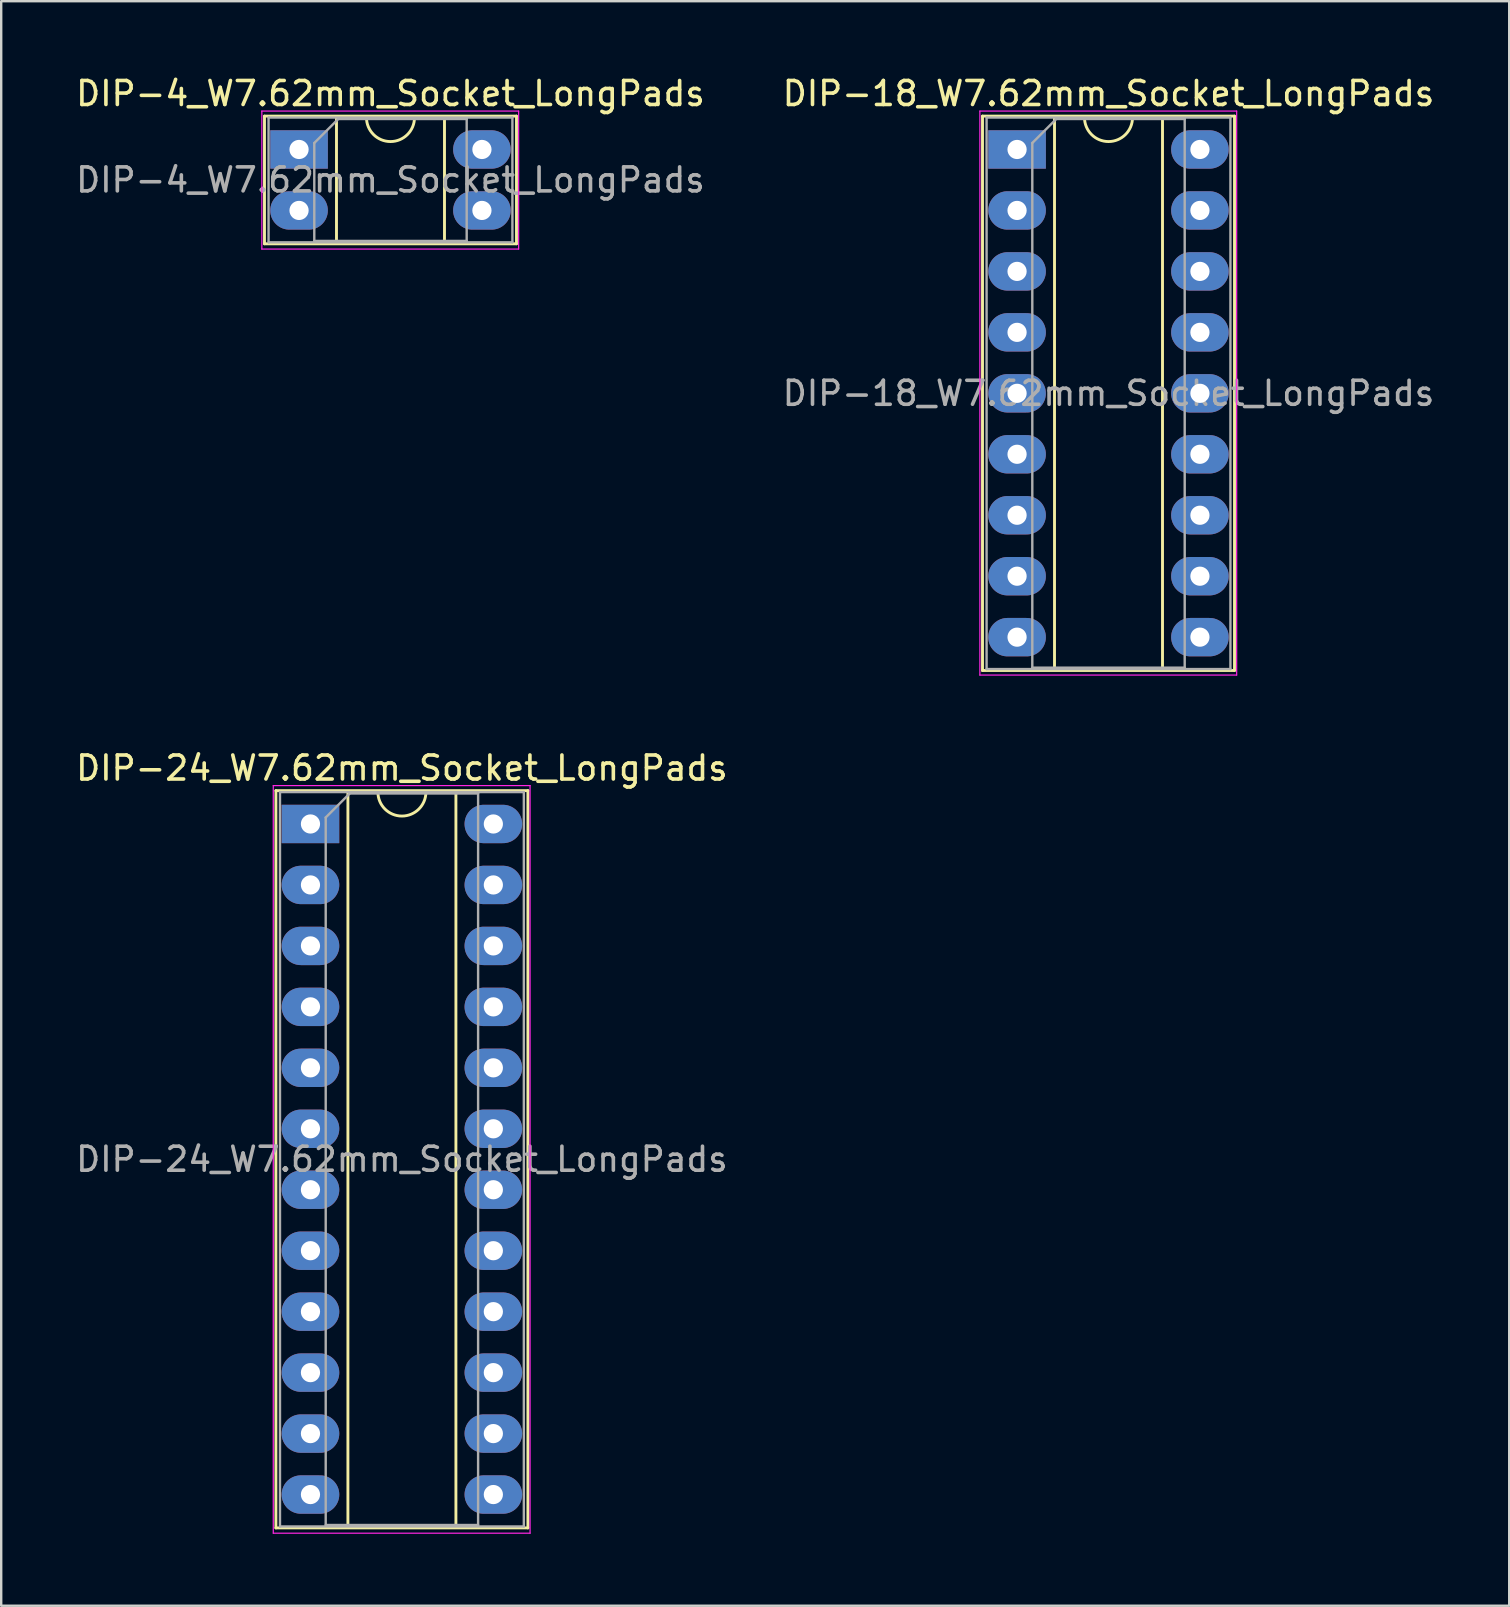
<source format=kicad_pcb>
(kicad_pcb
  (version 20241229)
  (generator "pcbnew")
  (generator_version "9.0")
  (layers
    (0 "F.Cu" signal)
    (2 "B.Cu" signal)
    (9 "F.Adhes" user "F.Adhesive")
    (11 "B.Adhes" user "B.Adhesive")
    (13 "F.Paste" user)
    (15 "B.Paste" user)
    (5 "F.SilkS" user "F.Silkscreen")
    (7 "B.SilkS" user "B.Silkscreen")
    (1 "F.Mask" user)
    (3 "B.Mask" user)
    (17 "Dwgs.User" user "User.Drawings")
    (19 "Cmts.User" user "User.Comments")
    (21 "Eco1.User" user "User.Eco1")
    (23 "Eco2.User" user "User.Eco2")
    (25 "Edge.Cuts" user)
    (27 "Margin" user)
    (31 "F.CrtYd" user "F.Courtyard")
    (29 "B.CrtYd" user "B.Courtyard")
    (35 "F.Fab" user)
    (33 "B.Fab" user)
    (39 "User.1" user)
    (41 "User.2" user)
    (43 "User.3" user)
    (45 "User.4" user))
  (footprint "DIP-4_W7.62mm_Socket_LongPads"
    (layer "F.Cu")
    (at 9.41 3.178)
    (property "Reference" "DIP-4_W7.62mm_Socket_LongPads" (at 3.81 -2.33 0) (layer "F.SilkS") (effects (font (size 1 1) (thickness 0.15))))
    (attr through_hole)
    (fp_line (start -1.44 -1.39) (end -1.44 3.93) (stroke (width 0.12) (type solid)) (layer "F.SilkS"))
    (fp_line (start -1.44 3.93) (end 9.06 3.93) (stroke (width 0.12) (type solid)) (layer "F.SilkS"))
    (fp_line (start 1.56 -1.33) (end 1.56 3.87) (stroke (width 0.12) (type solid)) (layer "F.SilkS"))
    (fp_line (start 1.56 3.87) (end 6.06 3.87) (stroke (width 0.12) (type solid)) (layer "F.SilkS"))
    (fp_line (start 2.81 -1.33) (end 1.56 -1.33) (stroke (width 0.12) (type solid)) (layer "F.SilkS"))
    (fp_line (start 6.06 -1.33) (end 4.81 -1.33) (stroke (width 0.12) (type solid)) (layer "F.SilkS"))
    (fp_line (start 6.06 3.87) (end 6.06 -1.33) (stroke (width 0.12) (type solid)) (layer "F.SilkS"))
    (fp_line (start 9.06 -1.39) (end -1.44 -1.39) (stroke (width 0.12) (type solid)) (layer "F.SilkS"))
    (fp_line (start 9.06 3.93) (end 9.06 -1.39) (stroke (width 0.12) (type solid)) (layer "F.SilkS"))
    (fp_arc (start 4.81 -1.33) (mid 3.81 -0.33) (end 2.81 -1.33) (stroke (width 0.12) (type solid)) (layer "F.SilkS"))
    (fp_line (start -1.55 -1.6) (end -1.55 4.15) (stroke (width 0.05) (type solid)) (layer "F.CrtYd"))
    (fp_line (start -1.55 4.15) (end 9.15 4.15) (stroke (width 0.05) (type solid)) (layer "F.CrtYd"))
    (fp_line (start 9.15 -1.6) (end -1.55 -1.6) (stroke (width 0.05) (type solid)) (layer "F.CrtYd"))
    (fp_line (start 9.15 4.15) (end 9.15 -1.6) (stroke (width 0.05) (type solid)) (layer "F.CrtYd"))
    (fp_line (start -1.27 -1.33) (end -1.27 3.87) (stroke (width 0.1) (type solid)) (layer "F.Fab"))
    (fp_line (start -1.27 3.87) (end 8.89 3.87) (stroke (width 0.1) (type solid)) (layer "F.Fab"))
    (fp_line (start 0.635 -0.27) (end 1.635 -1.27) (stroke (width 0.1) (type solid)) (layer "F.Fab"))
    (fp_line (start 0.635 3.81) (end 0.635 -0.27) (stroke (width 0.1) (type solid)) (layer "F.Fab"))
    (fp_line (start 1.635 -1.27) (end 6.985 -1.27) (stroke (width 0.1) (type solid)) (layer "F.Fab"))
    (fp_line (start 6.985 -1.27) (end 6.985 3.81) (stroke (width 0.1) (type solid)) (layer "F.Fab"))
    (fp_line (start 6.985 3.81) (end 0.635 3.81) (stroke (width 0.1) (type solid)) (layer "F.Fab"))
    (fp_line (start 8.89 -1.33) (end -1.27 -1.33) (stroke (width 0.1) (type solid)) (layer "F.Fab"))
    (fp_line (start 8.89 3.87) (end 8.89 -1.33) (stroke (width 0.1) (type solid)) (layer "F.Fab"))
    (fp_text user "${REFERENCE}" (at 3.81 1.27 0) (layer "F.Fab") (effects (font (size 1 1) (thickness 0.15))))
    (pad "1" thru_hole rect (at 0 0) (size 2.4 1.6) (drill 0.8) (layers "*.Cu" "*.Mask"))
    (pad "2" thru_hole oval (at 0 2.54) (size 2.4 1.6) (drill 0.8) (layers "*.Cu" "*.Mask"))
    (pad "3" thru_hole oval (at 7.62 2.54) (size 2.4 1.6) (drill 0.8) (layers "*.Cu" "*.Mask"))
    (pad "4" thru_hole oval (at 7.62 0) (size 2.4 1.6) (drill 0.8) (layers "*.Cu" "*.Mask")))
  (footprint "DIP-18_W7.62mm_Socket_LongPads"
    (layer "F.Cu")
    (at 39.327 3.178)
    (property "Reference" "DIP-18_W7.62mm_Socket_LongPads" (at 3.81 -2.33 0) (layer "F.SilkS") (effects (font (size 1 1) (thickness 0.15))))
    (attr through_hole)
    (fp_line (start -1.44 -1.39) (end -1.44 21.71) (stroke (width 0.12) (type solid)) (layer "F.SilkS"))
    (fp_line (start -1.44 21.71) (end 9.06 21.71) (stroke (width 0.12) (type solid)) (layer "F.SilkS"))
    (fp_line (start 1.56 -1.33) (end 1.56 21.65) (stroke (width 0.12) (type solid)) (layer "F.SilkS"))
    (fp_line (start 1.56 21.65) (end 6.06 21.65) (stroke (width 0.12) (type solid)) (layer "F.SilkS"))
    (fp_line (start 2.81 -1.33) (end 1.56 -1.33) (stroke (width 0.12) (type solid)) (layer "F.SilkS"))
    (fp_line (start 6.06 -1.33) (end 4.81 -1.33) (stroke (width 0.12) (type solid)) (layer "F.SilkS"))
    (fp_line (start 6.06 21.65) (end 6.06 -1.33) (stroke (width 0.12) (type solid)) (layer "F.SilkS"))
    (fp_line (start 9.06 -1.39) (end -1.44 -1.39) (stroke (width 0.12) (type solid)) (layer "F.SilkS"))
    (fp_line (start 9.06 21.71) (end 9.06 -1.39) (stroke (width 0.12) (type solid)) (layer "F.SilkS"))
    (fp_arc (start 4.81 -1.33) (mid 3.81 -0.33) (end 2.81 -1.33) (stroke (width 0.12) (type solid)) (layer "F.SilkS"))
    (fp_line (start -1.55 -1.6) (end -1.55 21.9) (stroke (width 0.05) (type solid)) (layer "F.CrtYd"))
    (fp_line (start -1.55 21.9) (end 9.15 21.9) (stroke (width 0.05) (type solid)) (layer "F.CrtYd"))
    (fp_line (start 9.15 -1.6) (end -1.55 -1.6) (stroke (width 0.05) (type solid)) (layer "F.CrtYd"))
    (fp_line (start 9.15 21.9) (end 9.15 -1.6) (stroke (width 0.05) (type solid)) (layer "F.CrtYd"))
    (fp_line (start -1.27 -1.33) (end -1.27 21.65) (stroke (width 0.1) (type solid)) (layer "F.Fab"))
    (fp_line (start -1.27 21.65) (end 8.89 21.65) (stroke (width 0.1) (type solid)) (layer "F.Fab"))
    (fp_line (start 0.635 -0.27) (end 1.635 -1.27) (stroke (width 0.1) (type solid)) (layer "F.Fab"))
    (fp_line (start 0.635 21.59) (end 0.635 -0.27) (stroke (width 0.1) (type solid)) (layer "F.Fab"))
    (fp_line (start 1.635 -1.27) (end 6.985 -1.27) (stroke (width 0.1) (type solid)) (layer "F.Fab"))
    (fp_line (start 6.985 -1.27) (end 6.985 21.59) (stroke (width 0.1) (type solid)) (layer "F.Fab"))
    (fp_line (start 6.985 21.59) (end 0.635 21.59) (stroke (width 0.1) (type solid)) (layer "F.Fab"))
    (fp_line (start 8.89 -1.33) (end -1.27 -1.33) (stroke (width 0.1) (type solid)) (layer "F.Fab"))
    (fp_line (start 8.89 21.65) (end 8.89 -1.33) (stroke (width 0.1) (type solid)) (layer "F.Fab"))
    (fp_text user "${REFERENCE}" (at 3.81 10.16 0) (layer "F.Fab") (effects (font (size 1 1) (thickness 0.15))))
    (pad "1" thru_hole rect (at 0 0) (size 2.4 1.6) (drill 0.8) (layers "*.Cu" "*.Mask"))
    (pad "2" thru_hole oval (at 0 2.54) (size 2.4 1.6) (drill 0.8) (layers "*.Cu" "*.Mask"))
    (pad "3" thru_hole oval (at 0 5.08) (size 2.4 1.6) (drill 0.8) (layers "*.Cu" "*.Mask"))
    (pad "4" thru_hole oval (at 0 7.62) (size 2.4 1.6) (drill 0.8) (layers "*.Cu" "*.Mask"))
    (pad "5" thru_hole oval (at 0 10.16) (size 2.4 1.6) (drill 0.8) (layers "*.Cu" "*.Mask"))
    (pad "6" thru_hole oval (at 0 12.7) (size 2.4 1.6) (drill 0.8) (layers "*.Cu" "*.Mask"))
    (pad "7" thru_hole oval (at 0 15.24) (size 2.4 1.6) (drill 0.8) (layers "*.Cu" "*.Mask"))
    (pad "8" thru_hole oval (at 0 17.78) (size 2.4 1.6) (drill 0.8) (layers "*.Cu" "*.Mask"))
    (pad "9" thru_hole oval (at 0 20.32) (size 2.4 1.6) (drill 0.8) (layers "*.Cu" "*.Mask"))
    (pad "10" thru_hole oval (at 7.62 20.32) (size 2.4 1.6) (drill 0.8) (layers "*.Cu" "*.Mask"))
    (pad "11" thru_hole oval (at 7.62 17.78) (size 2.4 1.6) (drill 0.8) (layers "*.Cu" "*.Mask"))
    (pad "12" thru_hole oval (at 7.62 15.24) (size 2.4 1.6) (drill 0.8) (layers "*.Cu" "*.Mask"))
    (pad "13" thru_hole oval (at 7.62 12.7) (size 2.4 1.6) (drill 0.8) (layers "*.Cu" "*.Mask"))
    (pad "14" thru_hole oval (at 7.62 10.16) (size 2.4 1.6) (drill 0.8) (layers "*.Cu" "*.Mask"))
    (pad "15" thru_hole oval (at 7.62 7.62) (size 2.4 1.6) (drill 0.8) (layers "*.Cu" "*.Mask"))
    (pad "16" thru_hole oval (at 7.62 5.08) (size 2.4 1.6) (drill 0.8) (layers "*.Cu" "*.Mask"))
    (pad "17" thru_hole oval (at 7.62 2.54) (size 2.4 1.6) (drill 0.8) (layers "*.Cu" "*.Mask"))
    (pad "18" thru_hole oval (at 7.62 0) (size 2.4 1.6) (drill 0.8) (layers "*.Cu" "*.Mask")))
  (footprint "DIP-24_W7.62mm_Socket_LongPads"
    (layer "F.Cu")
    (at 9.886 31.282)
    (property "Reference" "DIP-24_W7.62mm_Socket_LongPads" (at 3.81 -2.33 0) (layer "F.SilkS") (effects (font (size 1 1) (thickness 0.15))))
    (attr through_hole)
    (fp_line (start -1.44 -1.39) (end -1.44 29.33) (stroke (width 0.12) (type solid)) (layer "F.SilkS"))
    (fp_line (start -1.44 29.33) (end 9.06 29.33) (stroke (width 0.12) (type solid)) (layer "F.SilkS"))
    (fp_line (start 1.56 -1.33) (end 1.56 29.27) (stroke (width 0.12) (type solid)) (layer "F.SilkS"))
    (fp_line (start 1.56 29.27) (end 6.06 29.27) (stroke (width 0.12) (type solid)) (layer "F.SilkS"))
    (fp_line (start 2.81 -1.33) (end 1.56 -1.33) (stroke (width 0.12) (type solid)) (layer "F.SilkS"))
    (fp_line (start 6.06 -1.33) (end 4.81 -1.33) (stroke (width 0.12) (type solid)) (layer "F.SilkS"))
    (fp_line (start 6.06 29.27) (end 6.06 -1.33) (stroke (width 0.12) (type solid)) (layer "F.SilkS"))
    (fp_line (start 9.06 -1.39) (end -1.44 -1.39) (stroke (width 0.12) (type solid)) (layer "F.SilkS"))
    (fp_line (start 9.06 29.33) (end 9.06 -1.39) (stroke (width 0.12) (type solid)) (layer "F.SilkS"))
    (fp_arc (start 4.81 -1.33) (mid 3.81 -0.33) (end 2.81 -1.33) (stroke (width 0.12) (type solid)) (layer "F.SilkS"))
    (fp_line (start -1.55 -1.6) (end -1.55 29.55) (stroke (width 0.05) (type solid)) (layer "F.CrtYd"))
    (fp_line (start -1.55 29.55) (end 9.15 29.55) (stroke (width 0.05) (type solid)) (layer "F.CrtYd"))
    (fp_line (start 9.15 -1.6) (end -1.55 -1.6) (stroke (width 0.05) (type solid)) (layer "F.CrtYd"))
    (fp_line (start 9.15 29.55) (end 9.15 -1.6) (stroke (width 0.05) (type solid)) (layer "F.CrtYd"))
    (fp_line (start -1.27 -1.33) (end -1.27 29.27) (stroke (width 0.1) (type solid)) (layer "F.Fab"))
    (fp_line (start -1.27 29.27) (end 8.89 29.27) (stroke (width 0.1) (type solid)) (layer "F.Fab"))
    (fp_line (start 0.635 -0.27) (end 1.635 -1.27) (stroke (width 0.1) (type solid)) (layer "F.Fab"))
    (fp_line (start 0.635 29.21) (end 0.635 -0.27) (stroke (width 0.1) (type solid)) (layer "F.Fab"))
    (fp_line (start 1.635 -1.27) (end 6.985 -1.27) (stroke (width 0.1) (type solid)) (layer "F.Fab"))
    (fp_line (start 6.985 -1.27) (end 6.985 29.21) (stroke (width 0.1) (type solid)) (layer "F.Fab"))
    (fp_line (start 6.985 29.21) (end 0.635 29.21) (stroke (width 0.1) (type solid)) (layer "F.Fab"))
    (fp_line (start 8.89 -1.33) (end -1.27 -1.33) (stroke (width 0.1) (type solid)) (layer "F.Fab"))
    (fp_line (start 8.89 29.27) (end 8.89 -1.33) (stroke (width 0.1) (type solid)) (layer "F.Fab"))
    (fp_text user "${REFERENCE}" (at 3.81 13.97 0) (layer "F.Fab") (effects (font (size 1 1) (thickness 0.15))))
    (pad "1" thru_hole rect (at 0 0) (size 2.4 1.6) (drill 0.8) (layers "*.Cu" "*.Mask"))
    (pad "2" thru_hole oval (at 0 2.54) (size 2.4 1.6) (drill 0.8) (layers "*.Cu" "*.Mask"))
    (pad "3" thru_hole oval (at 0 5.08) (size 2.4 1.6) (drill 0.8) (layers "*.Cu" "*.Mask"))
    (pad "4" thru_hole oval (at 0 7.62) (size 2.4 1.6) (drill 0.8) (layers "*.Cu" "*.Mask"))
    (pad "5" thru_hole oval (at 0 10.16) (size 2.4 1.6) (drill 0.8) (layers "*.Cu" "*.Mask"))
    (pad "6" thru_hole oval (at 0 12.7) (size 2.4 1.6) (drill 0.8) (layers "*.Cu" "*.Mask"))
    (pad "7" thru_hole oval (at 0 15.24) (size 2.4 1.6) (drill 0.8) (layers "*.Cu" "*.Mask"))
    (pad "8" thru_hole oval (at 0 17.78) (size 2.4 1.6) (drill 0.8) (layers "*.Cu" "*.Mask"))
    (pad "9" thru_hole oval (at 0 20.32) (size 2.4 1.6) (drill 0.8) (layers "*.Cu" "*.Mask"))
    (pad "10" thru_hole oval (at 0 22.86) (size 2.4 1.6) (drill 0.8) (layers "*.Cu" "*.Mask"))
    (pad "11" thru_hole oval (at 0 25.4) (size 2.4 1.6) (drill 0.8) (layers "*.Cu" "*.Mask"))
    (pad "12" thru_hole oval (at 0 27.94) (size 2.4 1.6) (drill 0.8) (layers "*.Cu" "*.Mask"))
    (pad "13" thru_hole oval (at 7.62 27.94) (size 2.4 1.6) (drill 0.8) (layers "*.Cu" "*.Mask"))
    (pad "14" thru_hole oval (at 7.62 25.4) (size 2.4 1.6) (drill 0.8) (layers "*.Cu" "*.Mask"))
    (pad "15" thru_hole oval (at 7.62 22.86) (size 2.4 1.6) (drill 0.8) (layers "*.Cu" "*.Mask"))
    (pad "16" thru_hole oval (at 7.62 20.32) (size 2.4 1.6) (drill 0.8) (layers "*.Cu" "*.Mask"))
    (pad "17" thru_hole oval (at 7.62 17.78) (size 2.4 1.6) (drill 0.8) (layers "*.Cu" "*.Mask"))
    (pad "18" thru_hole oval (at 7.62 15.24) (size 2.4 1.6) (drill 0.8) (layers "*.Cu" "*.Mask"))
    (pad "19" thru_hole oval (at 7.62 12.7) (size 2.4 1.6) (drill 0.8) (layers "*.Cu" "*.Mask"))
    (pad "20" thru_hole oval (at 7.62 10.16) (size 2.4 1.6) (drill 0.8) (layers "*.Cu" "*.Mask"))
    (pad "21" thru_hole oval (at 7.62 7.62) (size 2.4 1.6) (drill 0.8) (layers "*.Cu" "*.Mask"))
    (pad "22" thru_hole oval (at 7.62 5.08) (size 2.4 1.6) (drill 0.8) (layers "*.Cu" "*.Mask"))
    (pad "23" thru_hole oval (at 7.62 2.54) (size 2.4 1.6) (drill 0.8) (layers "*.Cu" "*.Mask"))
    (pad "24" thru_hole oval (at 7.62 0) (size 2.4 1.6) (drill 0.8) (layers "*.Cu" "*.Mask")))
  (gr_rect
    (start -3 -3)
    (end 59.833 63.856)
    (stroke (width 0.1) (type default))
    (fill no)
    (layer "Edge.Cuts")))
</source>
